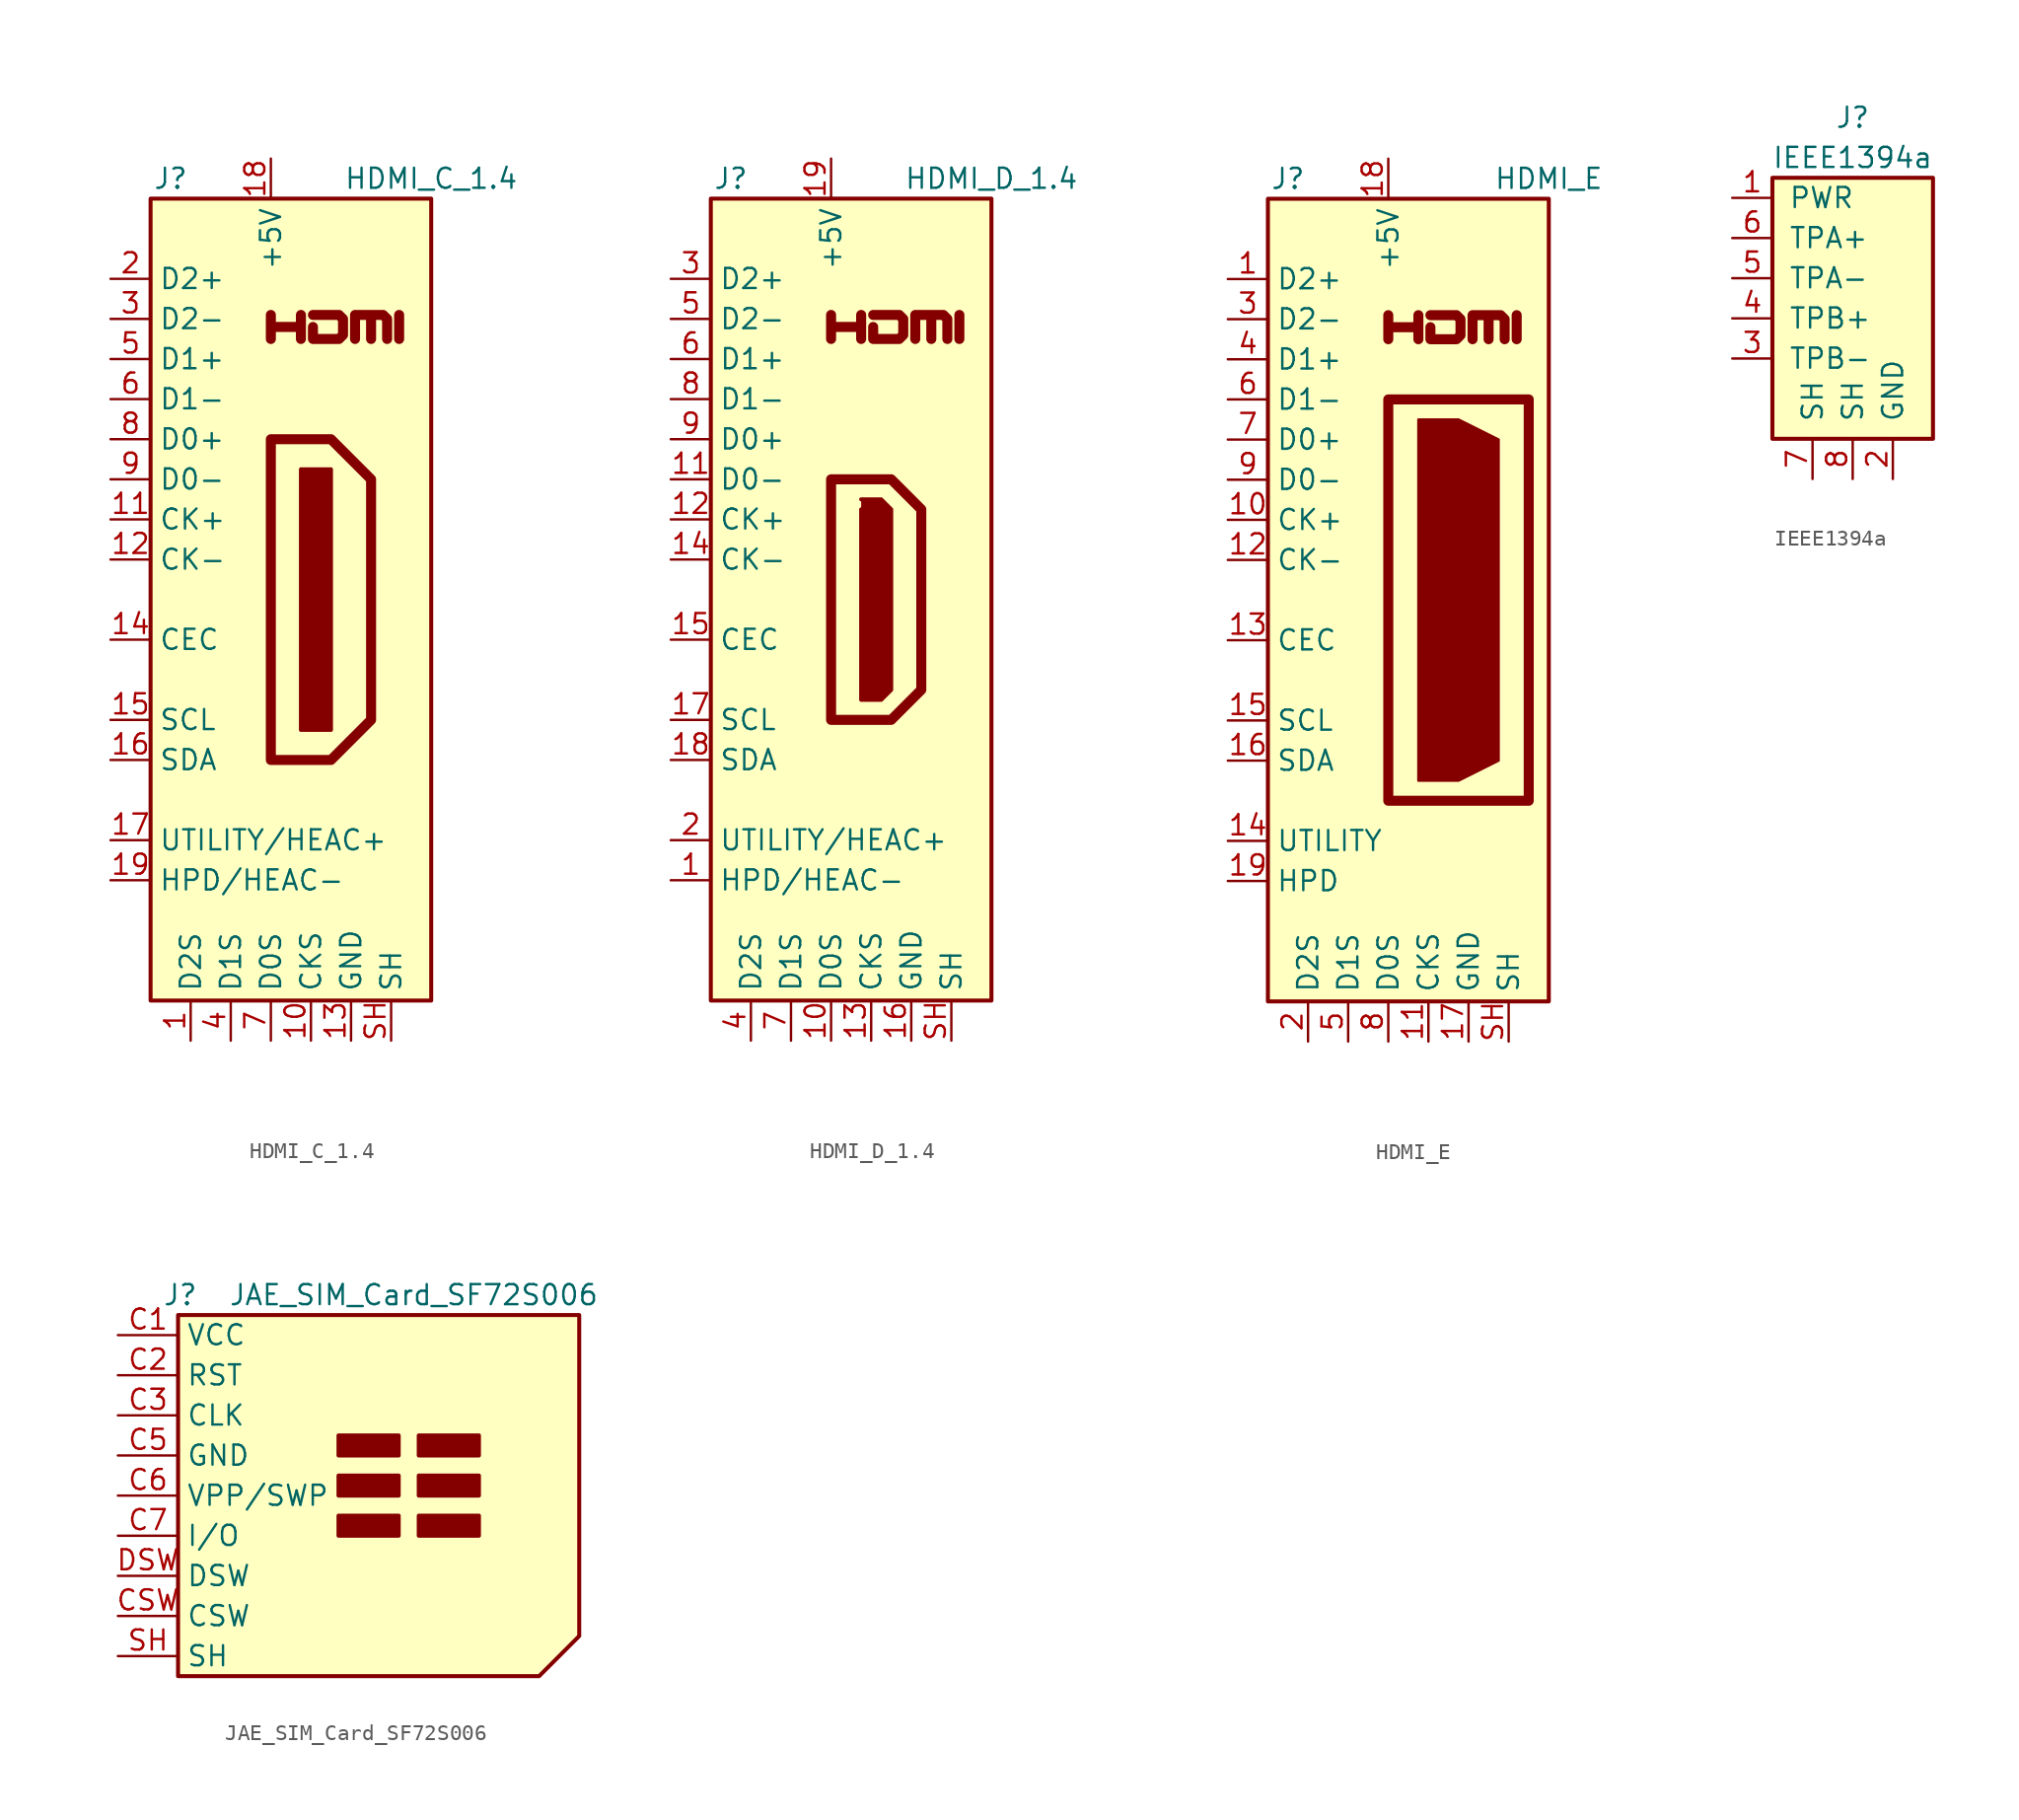
<source format=kicad_sym>
(kicad_symbol_lib
  (version 20201005)
  (generator kicad_symbol_editor)
  (symbol "Connector:HDMI_C_1.4"
    (property "Reference" "J"
      (at -6.35 26.67 0)
      (effects (font (size 1.27 1.27))))
    (property "Value" "HDMI_C_1.4"
      (at 10.16 26.67 0)
      (effects (font (size 1.27 1.27))))
    (symbol "HDMI_C_1.4_0_0"
      (polyline (pts (xy 8.128 16.51) (xy 8.128 18.034)) (stroke (width 0.635)) (fill (type none)))
      (polyline (pts (xy 0 16.51) (xy 0 18.034) (xy 0 17.272) (xy 1.905 17.272) (xy 1.905 18.034) (xy 1.905 16.51)) (stroke (width 0.635)) (fill (type none)))
      (polyline (pts (xy 2.667 18.034) (xy 4.318 18.034) (xy 4.572 17.78) (xy 4.572 16.764) (xy 4.318 16.51) (xy 2.667 16.51) (xy 2.667 17.272)) (stroke (width 0.635)) (fill (type none))))
    (symbol "HDMI_C_1.4_0_1"
      (rectangle (start -7.62 25.4) (end 10.16 -25.4) (stroke (width 0.254)) (fill (type background)))
      (rectangle (start 1.905 8.255) (end 3.81 -8.255) (stroke (width 0.254)) (fill (type outline)))
      (polyline (pts (xy 0 10.16) (xy 3.81 10.16) (xy 6.35 7.62) (xy 6.35 -7.62) (xy 3.81 -10.16) (xy 0 -10.16) (xy 0 10.16)) (stroke (width 0.635)) (fill (type none)))
      (polyline (pts (xy 5.334 16.51) (xy 5.334 18.034) (xy 6.35 18.034) (xy 6.35 16.51) (xy 6.35 18.034) (xy 7.112 18.034) (xy 7.366 17.78) (xy 7.366 16.51)) (stroke (width 0.635)) (fill (type none))))
    (symbol "HDMI_C_1.4_1_1"
      (pin power_in line (at -5.08 -27.94 90) (length 2.54) (name "D2S" (effects (font (size 1.27 1.27)))) (number "1" (effects (font (size 1.27 1.27)))))
      (pin power_in line (at 2.54 -27.94 90) (length 2.54) (name "CKS" (effects (font (size 1.27 1.27)))) (number "10" (effects (font (size 1.27 1.27)))))
      (pin passive line (at -10.16 5.08 0) (length 2.54) (name "CK+" (effects (font (size 1.27 1.27)))) (number "11" (effects (font (size 1.27 1.27)))))
      (pin passive line (at -10.16 2.54 0) (length 2.54) (name "CK-" (effects (font (size 1.27 1.27)))) (number "12" (effects (font (size 1.27 1.27)))))
      (pin power_in line (at 5.08 -27.94 90) (length 2.54) (name "GND" (effects (font (size 1.27 1.27)))) (number "13" (effects (font (size 1.27 1.27)))))
      (pin bidirectional line (at -10.16 -2.54 0) (length 2.54) (name "CEC" (effects (font (size 1.27 1.27)))) (number "14" (effects (font (size 1.27 1.27)))))
      (pin passive line (at -10.16 -7.62 0) (length 2.54) (name "SCL" (effects (font (size 1.27 1.27)))) (number "15" (effects (font (size 1.27 1.27)))))
      (pin bidirectional line (at -10.16 -10.16 0) (length 2.54) (name "SDA" (effects (font (size 1.27 1.27)))) (number "16" (effects (font (size 1.27 1.27)))))
      (pin passive line (at -10.16 -15.24 0) (length 2.54) (name "UTILITY/HEAC+" (effects (font (size 1.27 1.27)))) (number "17" (effects (font (size 1.27 1.27)))))
      (pin power_in line (at 0 27.94 270) (length 2.54) (name "+5V" (effects (font (size 1.27 1.27)))) (number "18" (effects (font (size 1.27 1.27)))))
      (pin passive line (at -10.16 -17.78 0) (length 2.54) (name "HPD/HEAC-" (effects (font (size 1.27 1.27)))) (number "19" (effects (font (size 1.27 1.27)))))
      (pin passive line (at -10.16 20.32 0) (length 2.54) (name "D2+" (effects (font (size 1.27 1.27)))) (number "2" (effects (font (size 1.27 1.27)))))
      (pin passive line (at -10.16 17.78 0) (length 2.54) (name "D2-" (effects (font (size 1.27 1.27)))) (number "3" (effects (font (size 1.27 1.27)))))
      (pin power_in line (at -2.54 -27.94 90) (length 2.54) (name "D1S" (effects (font (size 1.27 1.27)))) (number "4" (effects (font (size 1.27 1.27)))))
      (pin passive line (at -10.16 15.24 0) (length 2.54) (name "D1+" (effects (font (size 1.27 1.27)))) (number "5" (effects (font (size 1.27 1.27)))))
      (pin passive line (at -10.16 12.7 0) (length 2.54) (name "D1-" (effects (font (size 1.27 1.27)))) (number "6" (effects (font (size 1.27 1.27)))))
      (pin power_in line (at 0 -27.94 90) (length 2.54) (name "D0S" (effects (font (size 1.27 1.27)))) (number "7" (effects (font (size 1.27 1.27)))))
      (pin passive line (at -10.16 10.16 0) (length 2.54) (name "D0+" (effects (font (size 1.27 1.27)))) (number "8" (effects (font (size 1.27 1.27)))))
      (pin passive line (at -10.16 7.62 0) (length 2.54) (name "D0-" (effects (font (size 1.27 1.27)))) (number "9" (effects (font (size 1.27 1.27)))))
      (pin passive line (at 7.62 -27.94 90) (length 2.54) (name "SH" (effects (font (size 1.27 1.27)))) (number "SH" (effects (font (size 1.27 1.27)))))))
  (symbol "Connector:HDMI_D_1.4"
    (property "Reference" "J"
      (at -6.35 26.67 0)
      (effects (font (size 1.27 1.27))))
    (property "Value" "HDMI_D_1.4"
      (at 10.16 26.67 0)
      (effects (font (size 1.27 1.27))))
    (symbol "HDMI_D_1.4_0_0"
      (polyline (pts (xy 8.128 16.51) (xy 8.128 18.034)) (stroke (width 0.635)) (fill (type none)))
      (polyline (pts (xy 0 16.51) (xy 0 18.034) (xy 0 17.272) (xy 1.905 17.272) (xy 1.905 18.034) (xy 1.905 16.51)) (stroke (width 0.635)) (fill (type none)))
      (polyline (pts (xy 2.667 18.034) (xy 4.318 18.034) (xy 4.572 17.78) (xy 4.572 16.764) (xy 4.318 16.51) (xy 2.667 16.51) (xy 2.667 17.272)) (stroke (width 0.635)) (fill (type none))))
    (symbol "HDMI_D_1.4_0_1"
      (rectangle (start -7.62 25.4) (end 10.16 -25.4) (stroke (width 0.254)) (fill (type background)))
      (polyline (pts (xy 0 7.62) (xy 3.81 7.62) (xy 5.715 5.715) (xy 5.715 -5.715) (xy 3.81 -7.62) (xy 0 -7.62) (xy 0 7.62)) (stroke (width 0.635)) (fill (type none)))
      (polyline (pts (xy 1.905 6.35) (xy 3.175 6.35) (xy 3.81 5.715) (xy 3.81 -5.715) (xy 3.175 -6.35) (xy 1.905 -6.35) (xy 1.905 5.715)) (stroke (width 0.254)) (fill (type outline)))
      (polyline (pts (xy 5.334 16.51) (xy 5.334 18.034) (xy 6.35 18.034) (xy 6.35 16.51) (xy 6.35 18.034) (xy 7.112 18.034) (xy 7.366 17.78) (xy 7.366 16.51)) (stroke (width 0.635)) (fill (type none))))
    (symbol "HDMI_D_1.4_1_1"
      (pin passive line (at -10.16 -17.78 0) (length 2.54) (name "HPD/HEAC-" (effects (font (size 1.27 1.27)))) (number "1" (effects (font (size 1.27 1.27)))))
      (pin power_in line (at 0 -27.94 90) (length 2.54) (name "D0S" (effects (font (size 1.27 1.27)))) (number "10" (effects (font (size 1.27 1.27)))))
      (pin passive line (at -10.16 7.62 0) (length 2.54) (name "D0-" (effects (font (size 1.27 1.27)))) (number "11" (effects (font (size 1.27 1.27)))))
      (pin passive line (at -10.16 5.08 0) (length 2.54) (name "CK+" (effects (font (size 1.27 1.27)))) (number "12" (effects (font (size 1.27 1.27)))))
      (pin power_in line (at 2.54 -27.94 90) (length 2.54) (name "CKS" (effects (font (size 1.27 1.27)))) (number "13" (effects (font (size 1.27 1.27)))))
      (pin passive line (at -10.16 2.54 0) (length 2.54) (name "CK-" (effects (font (size 1.27 1.27)))) (number "14" (effects (font (size 1.27 1.27)))))
      (pin bidirectional line (at -10.16 -2.54 0) (length 2.54) (name "CEC" (effects (font (size 1.27 1.27)))) (number "15" (effects (font (size 1.27 1.27)))))
      (pin power_in line (at 5.08 -27.94 90) (length 2.54) (name "GND" (effects (font (size 1.27 1.27)))) (number "16" (effects (font (size 1.27 1.27)))))
      (pin passive line (at -10.16 -7.62 0) (length 2.54) (name "SCL" (effects (font (size 1.27 1.27)))) (number "17" (effects (font (size 1.27 1.27)))))
      (pin bidirectional line (at -10.16 -10.16 0) (length 2.54) (name "SDA" (effects (font (size 1.27 1.27)))) (number "18" (effects (font (size 1.27 1.27)))))
      (pin power_in line (at 0 27.94 270) (length 2.54) (name "+5V" (effects (font (size 1.27 1.27)))) (number "19" (effects (font (size 1.27 1.27)))))
      (pin passive line (at -10.16 -15.24 0) (length 2.54) (name "UTILITY/HEAC+" (effects (font (size 1.27 1.27)))) (number "2" (effects (font (size 1.27 1.27)))))
      (pin passive line (at -10.16 20.32 0) (length 2.54) (name "D2+" (effects (font (size 1.27 1.27)))) (number "3" (effects (font (size 1.27 1.27)))))
      (pin power_in line (at -5.08 -27.94 90) (length 2.54) (name "D2S" (effects (font (size 1.27 1.27)))) (number "4" (effects (font (size 1.27 1.27)))))
      (pin passive line (at -10.16 17.78 0) (length 2.54) (name "D2-" (effects (font (size 1.27 1.27)))) (number "5" (effects (font (size 1.27 1.27)))))
      (pin passive line (at -10.16 15.24 0) (length 2.54) (name "D1+" (effects (font (size 1.27 1.27)))) (number "6" (effects (font (size 1.27 1.27)))))
      (pin power_in line (at -2.54 -27.94 90) (length 2.54) (name "D1S" (effects (font (size 1.27 1.27)))) (number "7" (effects (font (size 1.27 1.27)))))
      (pin passive line (at -10.16 12.7 0) (length 2.54) (name "D1-" (effects (font (size 1.27 1.27)))) (number "8" (effects (font (size 1.27 1.27)))))
      (pin passive line (at -10.16 10.16 0) (length 2.54) (name "D0+" (effects (font (size 1.27 1.27)))) (number "9" (effects (font (size 1.27 1.27)))))
      (pin passive line (at 7.62 -27.94 90) (length 2.54) (name "SH" (effects (font (size 1.27 1.27)))) (number "SH" (effects (font (size 1.27 1.27)))))))
  (symbol "Connector:HDMI_E"
    (property "Reference" "J"
      (at -6.35 26.67 0)
      (effects (font (size 1.27 1.27))))
    (property "Value" "HDMI_E"
      (at 10.16 26.67 0)
      (effects (font (size 1.27 1.27))))
    (symbol "HDMI_E_0_0"
      (polyline (pts (xy 8.128 16.51) (xy 8.128 18.034)) (stroke (width 0.635)) (fill (type none)))
      (polyline (pts (xy 0 16.51) (xy 0 18.034) (xy 0 17.272) (xy 1.905 17.272) (xy 1.905 18.034) (xy 1.905 16.51)) (stroke (width 0.635)) (fill (type none)))
      (polyline (pts (xy 2.667 18.034) (xy 4.318 18.034) (xy 4.572 17.78) (xy 4.572 16.764) (xy 4.318 16.51) (xy 2.667 16.51) (xy 2.667 17.272)) (stroke (width 0.635)) (fill (type none))))
    (symbol "HDMI_E_0_1"
      (rectangle (start -7.62 25.4) (end 10.16 -25.4) (stroke (width 0.254)) (fill (type background)))
      (rectangle (start 0 12.7) (end 8.89 -12.7) (stroke (width 0.635)) (fill (type none)))
      (polyline (pts (xy 1.905 11.43) (xy 4.445 11.43) (xy 6.985 10.16) (xy 6.985 -10.16) (xy 4.445 -11.43) (xy 1.905 -11.43) (xy 1.905 11.43)) (stroke (width 0)) (fill (type outline)))
      (polyline (pts (xy 5.334 16.51) (xy 5.334 18.034) (xy 6.35 18.034) (xy 6.35 16.51) (xy 6.35 18.034) (xy 7.112 18.034) (xy 7.366 17.78) (xy 7.366 16.51)) (stroke (width 0.635)) (fill (type none))))
    (symbol "HDMI_E_1_1"
      (pin passive line (at -10.16 20.32 0) (length 2.54) (name "D2+" (effects (font (size 1.27 1.27)))) (number "1" (effects (font (size 1.27 1.27)))))
      (pin passive line (at -10.16 5.08 0) (length 2.54) (name "CK+" (effects (font (size 1.27 1.27)))) (number "10" (effects (font (size 1.27 1.27)))))
      (pin power_in line (at 2.54 -27.94 90) (length 2.54) (name "CKS" (effects (font (size 1.27 1.27)))) (number "11" (effects (font (size 1.27 1.27)))))
      (pin passive line (at -10.16 2.54 0) (length 2.54) (name "CK-" (effects (font (size 1.27 1.27)))) (number "12" (effects (font (size 1.27 1.27)))))
      (pin bidirectional line (at -10.16 -2.54 0) (length 2.54) (name "CEC" (effects (font (size 1.27 1.27)))) (number "13" (effects (font (size 1.27 1.27)))))
      (pin passive line (at -10.16 -15.24 0) (length 2.54) (name "UTILITY" (effects (font (size 1.27 1.27)))) (number "14" (effects (font (size 1.27 1.27)))))
      (pin passive line (at -10.16 -7.62 0) (length 2.54) (name "SCL" (effects (font (size 1.27 1.27)))) (number "15" (effects (font (size 1.27 1.27)))))
      (pin bidirectional line (at -10.16 -10.16 0) (length 2.54) (name "SDA" (effects (font (size 1.27 1.27)))) (number "16" (effects (font (size 1.27 1.27)))))
      (pin power_in line (at 5.08 -27.94 90) (length 2.54) (name "GND" (effects (font (size 1.27 1.27)))) (number "17" (effects (font (size 1.27 1.27)))))
      (pin power_in line (at 0 27.94 270) (length 2.54) (name "+5V" (effects (font (size 1.27 1.27)))) (number "18" (effects (font (size 1.27 1.27)))))
      (pin passive line (at -10.16 -17.78 0) (length 2.54) (name "HPD" (effects (font (size 1.27 1.27)))) (number "19" (effects (font (size 1.27 1.27)))))
      (pin power_in line (at -5.08 -27.94 90) (length 2.54) (name "D2S" (effects (font (size 1.27 1.27)))) (number "2" (effects (font (size 1.27 1.27)))))
      (pin passive line (at -10.16 17.78 0) (length 2.54) (name "D2-" (effects (font (size 1.27 1.27)))) (number "3" (effects (font (size 1.27 1.27)))))
      (pin passive line (at -10.16 15.24 0) (length 2.54) (name "D1+" (effects (font (size 1.27 1.27)))) (number "4" (effects (font (size 1.27 1.27)))))
      (pin power_in line (at -2.54 -27.94 90) (length 2.54) (name "D1S" (effects (font (size 1.27 1.27)))) (number "5" (effects (font (size 1.27 1.27)))))
      (pin passive line (at -10.16 12.7 0) (length 2.54) (name "D1-" (effects (font (size 1.27 1.27)))) (number "6" (effects (font (size 1.27 1.27)))))
      (pin passive line (at -10.16 10.16 0) (length 2.54) (name "D0+" (effects (font (size 1.27 1.27)))) (number "7" (effects (font (size 1.27 1.27)))))
      (pin power_in line (at 0 -27.94 90) (length 2.54) (name "D0S" (effects (font (size 1.27 1.27)))) (number "8" (effects (font (size 1.27 1.27)))))
      (pin passive line (at -10.16 7.62 0) (length 2.54) (name "D0-" (effects (font (size 1.27 1.27)))) (number "9" (effects (font (size 1.27 1.27)))))
      (pin passive line (at 7.62 -27.94 90) (length 2.54) (name "SH" (effects (font (size 1.27 1.27)))) (number "SH" (effects (font (size 1.27 1.27)))))))
  (symbol "Connector:IEEE1394a"
    (pin_names
      (offset 1.016))
    (property "Reference" "J"
      (at 0 12.7 0)
      (effects (font (size 1.27 1.27))))
    (property "Value" "IEEE1394a"
      (at 0 10.16 0)
      (effects (font (size 1.27 1.27))))
    (symbol "IEEE1394a_0_1"
      (rectangle (start -5.08 8.89) (end 5.08 -7.62) (stroke (width 0.254)) (fill (type background))))
    (symbol "IEEE1394a_1_1"
      (pin power_in line (at -7.62 7.62 0) (length 2.54) (name "PWR" (effects (font (size 1.27 1.27)))) (number "1" (effects (font (size 1.27 1.27)))))
      (pin power_in line (at 2.54 -10.16 90) (length 2.54) (name "GND" (effects (font (size 1.27 1.27)))) (number "2" (effects (font (size 1.27 1.27)))))
      (pin bidirectional line (at -7.62 -2.54 0) (length 2.54) (name "TPB-" (effects (font (size 1.27 1.27)))) (number "3" (effects (font (size 1.27 1.27)))))
      (pin bidirectional line (at -7.62 0 0) (length 2.54) (name "TPB+" (effects (font (size 1.27 1.27)))) (number "4" (effects (font (size 1.27 1.27)))))
      (pin bidirectional line (at -7.62 2.54 0) (length 2.54) (name "TPA-" (effects (font (size 1.27 1.27)))) (number "5" (effects (font (size 1.27 1.27)))))
      (pin bidirectional line (at -7.62 5.08 0) (length 2.54) (name "TPA+" (effects (font (size 1.27 1.27)))) (number "6" (effects (font (size 1.27 1.27)))))
      (pin passive line (at -2.54 -10.16 90) (length 2.54) (name "SH" (effects (font (size 1.27 1.27)))) (number "7" (effects (font (size 1.27 1.27)))))
      (pin passive line (at 0 -10.16 90) (length 2.54) (name "SH" (effects (font (size 1.27 1.27)))) (number "8" (effects (font (size 1.27 1.27)))))))
  (symbol "Connector:JAE_SIM_Card_SF72S006"
    (property "Reference" "J"
      (at 5.08 12.7 0)
      (effects (font (size 1.27 1.27)) (justify right)))
    (property "Value" "JAE_SIM_Card_SF72S006"
      (at 30.48 12.7 0)
      (effects (font (size 1.27 1.27)) (justify right)))
    (symbol "JAE_SIM_Card_SF72S006_0_1"
      (rectangle (start 13.97 -2.54) (end 17.78 -1.27) (stroke (width 0.254)) (fill (type outline)))
      (rectangle (start 13.97 0) (end 17.78 1.27) (stroke (width 0.254)) (fill (type outline)))
      (rectangle (start 13.97 2.54) (end 17.78 3.81) (stroke (width 0.254)) (fill (type outline)))
      (rectangle (start 19.05 -1.27) (end 22.86 -2.54) (stroke (width 0.254)) (fill (type outline)))
      (rectangle (start 19.05 0) (end 22.86 1.27) (stroke (width 0.254)) (fill (type outline)))
      (rectangle (start 19.05 2.54) (end 22.86 3.81) (stroke (width 0.254)) (fill (type outline)))
      (polyline (pts (xy 3.81 11.43) (xy 3.81 -11.43) (xy 26.67 -11.43) (xy 29.21 -8.89) (xy 29.21 11.43) (xy 3.81 11.43)) (stroke (width 0.254)) (fill (type background))))
    (symbol "JAE_SIM_Card_SF72S006_1_1"
      (pin power_in line (at 0 10.16 0) (length 3.81) (name "VCC" (effects (font (size 1.27 1.27)))) (number "C1" (effects (font (size 1.27 1.27)))))
      (pin input line (at 0 7.62 0) (length 3.81) (name "RST" (effects (font (size 1.27 1.27)))) (number "C2" (effects (font (size 1.27 1.27)))))
      (pin input line (at 0 5.08 0) (length 3.81) (name "CLK" (effects (font (size 1.27 1.27)))) (number "C3" (effects (font (size 1.27 1.27)))))
      (pin power_in line (at 0 2.54 0) (length 3.81) (name "GND" (effects (font (size 1.27 1.27)))) (number "C5" (effects (font (size 1.27 1.27)))))
      (pin bidirectional line (at 0 0 0) (length 3.81) (name "VPP/SWP" (effects (font (size 1.27 1.27)))) (number "C6" (effects (font (size 1.27 1.27)))))
      (pin bidirectional line (at 0 -2.54 0) (length 3.81) (name "I/O" (effects (font (size 1.27 1.27)))) (number "C7" (effects (font (size 1.27 1.27)))))
      (pin passive line (at 0 -7.62 0) (length 3.81) (name "CSW" (effects (font (size 1.27 1.27)))) (number "CSW" (effects (font (size 1.27 1.27)))))
      (pin passive line (at 0 -5.08 0) (length 3.81) (name "DSW" (effects (font (size 1.27 1.27)))) (number "DSW" (effects (font (size 1.27 1.27)))))
      (pin passive line (at 0 -10.16 0) (length 3.81) (name "SH" (effects (font (size 1.27 1.27)))) (number "SH" (effects (font (size 1.27 1.27))))))))
</source>
